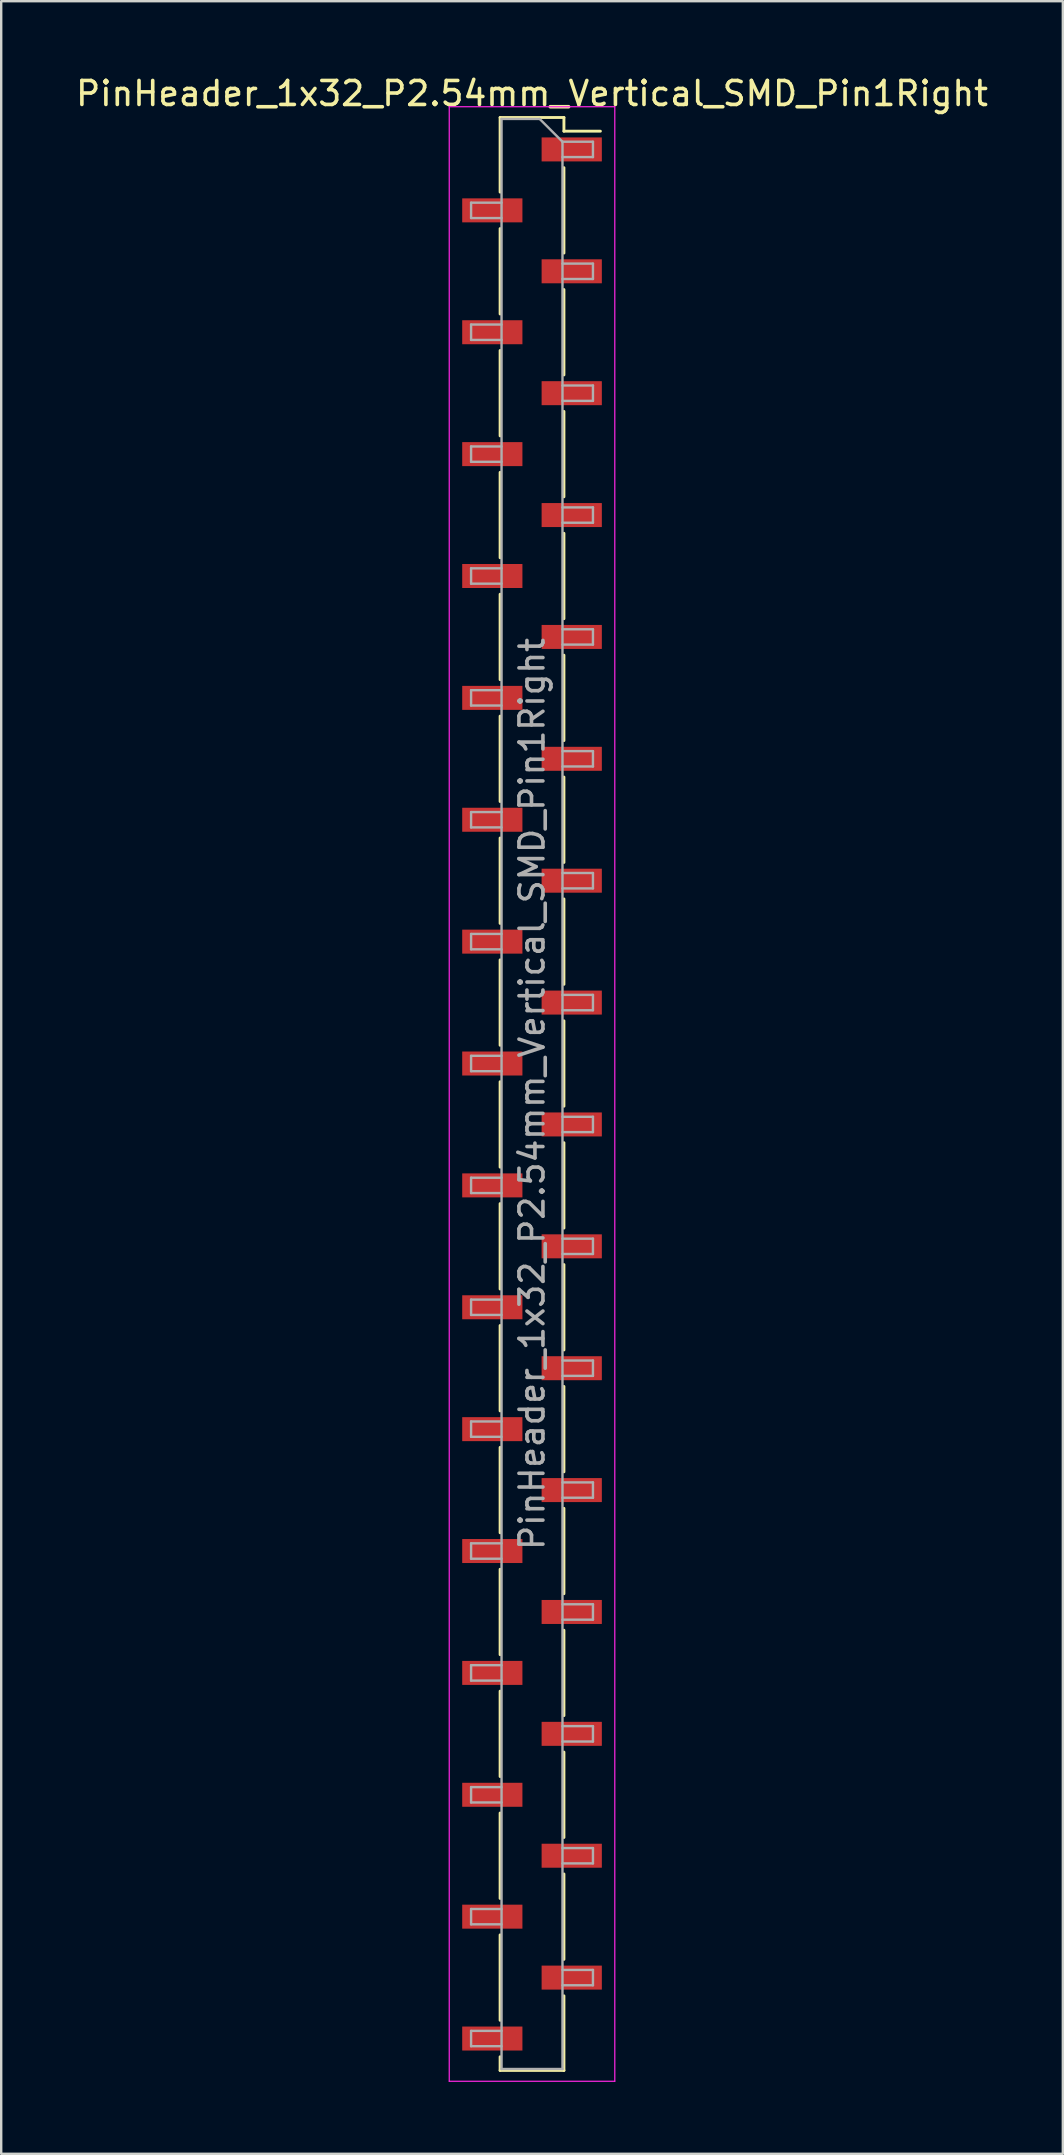
<source format=kicad_pcb>
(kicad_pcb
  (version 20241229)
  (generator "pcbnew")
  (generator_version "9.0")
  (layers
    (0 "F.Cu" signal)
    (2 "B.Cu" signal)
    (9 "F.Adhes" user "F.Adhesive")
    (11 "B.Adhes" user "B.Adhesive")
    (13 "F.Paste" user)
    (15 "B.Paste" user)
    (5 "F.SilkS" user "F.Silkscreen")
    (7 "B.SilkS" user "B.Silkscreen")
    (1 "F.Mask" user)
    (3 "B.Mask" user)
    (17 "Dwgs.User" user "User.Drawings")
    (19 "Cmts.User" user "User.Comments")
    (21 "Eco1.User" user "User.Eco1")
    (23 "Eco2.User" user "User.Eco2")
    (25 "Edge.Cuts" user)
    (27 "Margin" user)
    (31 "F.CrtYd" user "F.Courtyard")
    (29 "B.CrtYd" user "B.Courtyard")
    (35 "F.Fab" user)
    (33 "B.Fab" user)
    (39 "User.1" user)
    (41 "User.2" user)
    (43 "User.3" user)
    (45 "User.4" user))
  (footprint "PinHeader_1x32_P2.54mm_Vertical_SMD_Pin1Right"
    (layer "F.Cu")
    (at 19.125 42.548)
    (property "Reference" "PinHeader_1x32_P2.54mm_Vertical_SMD_Pin1Right" (at 0 -41.7 0) (layer "F.SilkS") (effects (font (size 1 1) (thickness 0.15))))
    (attr smd)
    (fp_line (start -1.33 -40.7) (end -1.33 -37.59) (stroke (width 0.12) (type solid)) (layer "F.SilkS"))
    (fp_line (start -1.33 -40.7) (end 1.33 -40.7) (stroke (width 0.12) (type solid)) (layer "F.SilkS"))
    (fp_line (start -1.33 -36.07) (end -1.33 -32.51) (stroke (width 0.12) (type solid)) (layer "F.SilkS"))
    (fp_line (start -1.33 -30.99) (end -1.33 -27.43) (stroke (width 0.12) (type solid)) (layer "F.SilkS"))
    (fp_line (start -1.33 -25.91) (end -1.33 -22.35) (stroke (width 0.12) (type solid)) (layer "F.SilkS"))
    (fp_line (start -1.33 -20.83) (end -1.33 -17.27) (stroke (width 0.12) (type solid)) (layer "F.SilkS"))
    (fp_line (start -1.33 -15.75) (end -1.33 -12.19) (stroke (width 0.12) (type solid)) (layer "F.SilkS"))
    (fp_line (start -1.33 -10.67) (end -1.33 -7.11) (stroke (width 0.12) (type solid)) (layer "F.SilkS"))
    (fp_line (start -1.33 -5.59) (end -1.33 -2.03) (stroke (width 0.12) (type solid)) (layer "F.SilkS"))
    (fp_line (start -1.33 -0.51) (end -1.33 3.05) (stroke (width 0.12) (type solid)) (layer "F.SilkS"))
    (fp_line (start -1.33 4.57) (end -1.33 8.13) (stroke (width 0.12) (type solid)) (layer "F.SilkS"))
    (fp_line (start -1.33 9.65) (end -1.33 13.21) (stroke (width 0.12) (type solid)) (layer "F.SilkS"))
    (fp_line (start -1.33 14.73) (end -1.33 18.29) (stroke (width 0.12) (type solid)) (layer "F.SilkS"))
    (fp_line (start -1.33 19.81) (end -1.33 23.37) (stroke (width 0.12) (type solid)) (layer "F.SilkS"))
    (fp_line (start -1.33 24.89) (end -1.33 28.45) (stroke (width 0.12) (type solid)) (layer "F.SilkS"))
    (fp_line (start -1.33 29.97) (end -1.33 33.53) (stroke (width 0.12) (type solid)) (layer "F.SilkS"))
    (fp_line (start -1.33 35.05) (end -1.33 38.61) (stroke (width 0.12) (type solid)) (layer "F.SilkS"))
    (fp_line (start -1.33 40.13) (end -1.33 40.7) (stroke (width 0.12) (type solid)) (layer "F.SilkS"))
    (fp_line (start -1.33 40.7) (end 1.33 40.7) (stroke (width 0.12) (type solid)) (layer "F.SilkS"))
    (fp_line (start 1.33 -40.7) (end 1.33 -40.13) (stroke (width 0.12) (type solid)) (layer "F.SilkS"))
    (fp_line (start 1.33 -40.13) (end 2.85 -40.13) (stroke (width 0.12) (type solid)) (layer "F.SilkS"))
    (fp_line (start 1.33 -38.61) (end 1.33 -35.05) (stroke (width 0.12) (type solid)) (layer "F.SilkS"))
    (fp_line (start 1.33 -33.53) (end 1.33 -29.97) (stroke (width 0.12) (type solid)) (layer "F.SilkS"))
    (fp_line (start 1.33 -28.45) (end 1.33 -24.89) (stroke (width 0.12) (type solid)) (layer "F.SilkS"))
    (fp_line (start 1.33 -23.37) (end 1.33 -19.81) (stroke (width 0.12) (type solid)) (layer "F.SilkS"))
    (fp_line (start 1.33 -18.29) (end 1.33 -14.73) (stroke (width 0.12) (type solid)) (layer "F.SilkS"))
    (fp_line (start 1.33 -13.21) (end 1.33 -9.65) (stroke (width 0.12) (type solid)) (layer "F.SilkS"))
    (fp_line (start 1.33 -8.13) (end 1.33 -4.57) (stroke (width 0.12) (type solid)) (layer "F.SilkS"))
    (fp_line (start 1.33 -3.05) (end 1.33 0.51) (stroke (width 0.12) (type solid)) (layer "F.SilkS"))
    (fp_line (start 1.33 2.03) (end 1.33 5.59) (stroke (width 0.12) (type solid)) (layer "F.SilkS"))
    (fp_line (start 1.33 7.11) (end 1.33 10.67) (stroke (width 0.12) (type solid)) (layer "F.SilkS"))
    (fp_line (start 1.33 12.19) (end 1.33 15.75) (stroke (width 0.12) (type solid)) (layer "F.SilkS"))
    (fp_line (start 1.33 17.27) (end 1.33 20.83) (stroke (width 0.12) (type solid)) (layer "F.SilkS"))
    (fp_line (start 1.33 22.35) (end 1.33 25.91) (stroke (width 0.12) (type solid)) (layer "F.SilkS"))
    (fp_line (start 1.33 27.43) (end 1.33 30.99) (stroke (width 0.12) (type solid)) (layer "F.SilkS"))
    (fp_line (start 1.33 32.51) (end 1.33 36.07) (stroke (width 0.12) (type solid)) (layer "F.SilkS"))
    (fp_line (start 1.33 37.59) (end 1.33 40.7) (stroke (width 0.12) (type solid)) (layer "F.SilkS"))
    (fp_line (start -3.45 -41.15) (end -3.45 41.15) (stroke (width 0.05) (type solid)) (layer "F.CrtYd"))
    (fp_line (start -3.45 41.15) (end 3.45 41.15) (stroke (width 0.05) (type solid)) (layer "F.CrtYd"))
    (fp_line (start 3.45 -41.15) (end -3.45 -41.15) (stroke (width 0.05) (type solid)) (layer "F.CrtYd"))
    (fp_line (start 3.45 41.15) (end 3.45 -41.15) (stroke (width 0.05) (type solid)) (layer "F.CrtYd"))
    (fp_line (start -2.54 -37.15) (end -2.54 -36.51) (stroke (width 0.1) (type solid)) (layer "F.Fab"))
    (fp_line (start -2.54 -36.51) (end -1.27 -36.51) (stroke (width 0.1) (type solid)) (layer "F.Fab"))
    (fp_line (start -2.54 -32.07) (end -2.54 -31.43) (stroke (width 0.1) (type solid)) (layer "F.Fab"))
    (fp_line (start -2.54 -31.43) (end -1.27 -31.43) (stroke (width 0.1) (type solid)) (layer "F.Fab"))
    (fp_line (start -2.54 -26.99) (end -2.54 -26.35) (stroke (width 0.1) (type solid)) (layer "F.Fab"))
    (fp_line (start -2.54 -26.35) (end -1.27 -26.35) (stroke (width 0.1) (type solid)) (layer "F.Fab"))
    (fp_line (start -2.54 -21.91) (end -2.54 -21.27) (stroke (width 0.1) (type solid)) (layer "F.Fab"))
    (fp_line (start -2.54 -21.27) (end -1.27 -21.27) (stroke (width 0.1) (type solid)) (layer "F.Fab"))
    (fp_line (start -2.54 -16.83) (end -2.54 -16.19) (stroke (width 0.1) (type solid)) (layer "F.Fab"))
    (fp_line (start -2.54 -16.19) (end -1.27 -16.19) (stroke (width 0.1) (type solid)) (layer "F.Fab"))
    (fp_line (start -2.54 -11.75) (end -2.54 -11.11) (stroke (width 0.1) (type solid)) (layer "F.Fab"))
    (fp_line (start -2.54 -11.11) (end -1.27 -11.11) (stroke (width 0.1) (type solid)) (layer "F.Fab"))
    (fp_line (start -2.54 -6.67) (end -2.54 -6.03) (stroke (width 0.1) (type solid)) (layer "F.Fab"))
    (fp_line (start -2.54 -6.03) (end -1.27 -6.03) (stroke (width 0.1) (type solid)) (layer "F.Fab"))
    (fp_line (start -2.54 -1.59) (end -2.54 -0.95) (stroke (width 0.1) (type solid)) (layer "F.Fab"))
    (fp_line (start -2.54 -0.95) (end -1.27 -0.95) (stroke (width 0.1) (type solid)) (layer "F.Fab"))
    (fp_line (start -2.54 3.49) (end -2.54 4.13) (stroke (width 0.1) (type solid)) (layer "F.Fab"))
    (fp_line (start -2.54 4.13) (end -1.27 4.13) (stroke (width 0.1) (type solid)) (layer "F.Fab"))
    (fp_line (start -2.54 8.57) (end -2.54 9.21) (stroke (width 0.1) (type solid)) (layer "F.Fab"))
    (fp_line (start -2.54 9.21) (end -1.27 9.21) (stroke (width 0.1) (type solid)) (layer "F.Fab"))
    (fp_line (start -2.54 13.65) (end -2.54 14.29) (stroke (width 0.1) (type solid)) (layer "F.Fab"))
    (fp_line (start -2.54 14.29) (end -1.27 14.29) (stroke (width 0.1) (type solid)) (layer "F.Fab"))
    (fp_line (start -2.54 18.73) (end -2.54 19.37) (stroke (width 0.1) (type solid)) (layer "F.Fab"))
    (fp_line (start -2.54 19.37) (end -1.27 19.37) (stroke (width 0.1) (type solid)) (layer "F.Fab"))
    (fp_line (start -2.54 23.81) (end -2.54 24.45) (stroke (width 0.1) (type solid)) (layer "F.Fab"))
    (fp_line (start -2.54 24.45) (end -1.27 24.45) (stroke (width 0.1) (type solid)) (layer "F.Fab"))
    (fp_line (start -2.54 28.89) (end -2.54 29.53) (stroke (width 0.1) (type solid)) (layer "F.Fab"))
    (fp_line (start -2.54 29.53) (end -1.27 29.53) (stroke (width 0.1) (type solid)) (layer "F.Fab"))
    (fp_line (start -2.54 33.97) (end -2.54 34.61) (stroke (width 0.1) (type solid)) (layer "F.Fab"))
    (fp_line (start -2.54 34.61) (end -1.27 34.61) (stroke (width 0.1) (type solid)) (layer "F.Fab"))
    (fp_line (start -2.54 39.05) (end -2.54 39.69) (stroke (width 0.1) (type solid)) (layer "F.Fab"))
    (fp_line (start -2.54 39.69) (end -1.27 39.69) (stroke (width 0.1) (type solid)) (layer "F.Fab"))
    (fp_line (start -1.27 -40.64) (end -1.27 40.64) (stroke (width 0.1) (type solid)) (layer "F.Fab"))
    (fp_line (start -1.27 -40.64) (end 0.32 -40.64) (stroke (width 0.1) (type solid)) (layer "F.Fab"))
    (fp_line (start -1.27 -37.15) (end -2.54 -37.15) (stroke (width 0.1) (type solid)) (layer "F.Fab"))
    (fp_line (start -1.27 -32.07) (end -2.54 -32.07) (stroke (width 0.1) (type solid)) (layer "F.Fab"))
    (fp_line (start -1.27 -26.99) (end -2.54 -26.99) (stroke (width 0.1) (type solid)) (layer "F.Fab"))
    (fp_line (start -1.27 -21.91) (end -2.54 -21.91) (stroke (width 0.1) (type solid)) (layer "F.Fab"))
    (fp_line (start -1.27 -16.83) (end -2.54 -16.83) (stroke (width 0.1) (type solid)) (layer "F.Fab"))
    (fp_line (start -1.27 -11.75) (end -2.54 -11.75) (stroke (width 0.1) (type solid)) (layer "F.Fab"))
    (fp_line (start -1.27 -6.67) (end -2.54 -6.67) (stroke (width 0.1) (type solid)) (layer "F.Fab"))
    (fp_line (start -1.27 -1.59) (end -2.54 -1.59) (stroke (width 0.1) (type solid)) (layer "F.Fab"))
    (fp_line (start -1.27 3.49) (end -2.54 3.49) (stroke (width 0.1) (type solid)) (layer "F.Fab"))
    (fp_line (start -1.27 8.57) (end -2.54 8.57) (stroke (width 0.1) (type solid)) (layer "F.Fab"))
    (fp_line (start -1.27 13.65) (end -2.54 13.65) (stroke (width 0.1) (type solid)) (layer "F.Fab"))
    (fp_line (start -1.27 18.73) (end -2.54 18.73) (stroke (width 0.1) (type solid)) (layer "F.Fab"))
    (fp_line (start -1.27 23.81) (end -2.54 23.81) (stroke (width 0.1) (type solid)) (layer "F.Fab"))
    (fp_line (start -1.27 28.89) (end -2.54 28.89) (stroke (width 0.1) (type solid)) (layer "F.Fab"))
    (fp_line (start -1.27 33.97) (end -2.54 33.97) (stroke (width 0.1) (type solid)) (layer "F.Fab"))
    (fp_line (start -1.27 39.05) (end -2.54 39.05) (stroke (width 0.1) (type solid)) (layer "F.Fab"))
    (fp_line (start 1.27 -39.69) (end 0.32 -40.64) (stroke (width 0.1) (type solid)) (layer "F.Fab"))
    (fp_line (start 1.27 -39.69) (end 2.54 -39.69) (stroke (width 0.1) (type solid)) (layer "F.Fab"))
    (fp_line (start 1.27 -34.61) (end 2.54 -34.61) (stroke (width 0.1) (type solid)) (layer "F.Fab"))
    (fp_line (start 1.27 -29.53) (end 2.54 -29.53) (stroke (width 0.1) (type solid)) (layer "F.Fab"))
    (fp_line (start 1.27 -24.45) (end 2.54 -24.45) (stroke (width 0.1) (type solid)) (layer "F.Fab"))
    (fp_line (start 1.27 -19.37) (end 2.54 -19.37) (stroke (width 0.1) (type solid)) (layer "F.Fab"))
    (fp_line (start 1.27 -14.29) (end 2.54 -14.29) (stroke (width 0.1) (type solid)) (layer "F.Fab"))
    (fp_line (start 1.27 -9.21) (end 2.54 -9.21) (stroke (width 0.1) (type solid)) (layer "F.Fab"))
    (fp_line (start 1.27 -4.13) (end 2.54 -4.13) (stroke (width 0.1) (type solid)) (layer "F.Fab"))
    (fp_line (start 1.27 0.95) (end 2.54 0.95) (stroke (width 0.1) (type solid)) (layer "F.Fab"))
    (fp_line (start 1.27 6.03) (end 2.54 6.03) (stroke (width 0.1) (type solid)) (layer "F.Fab"))
    (fp_line (start 1.27 11.11) (end 2.54 11.11) (stroke (width 0.1) (type solid)) (layer "F.Fab"))
    (fp_line (start 1.27 16.19) (end 2.54 16.19) (stroke (width 0.1) (type solid)) (layer "F.Fab"))
    (fp_line (start 1.27 21.27) (end 2.54 21.27) (stroke (width 0.1) (type solid)) (layer "F.Fab"))
    (fp_line (start 1.27 26.35) (end 2.54 26.35) (stroke (width 0.1) (type solid)) (layer "F.Fab"))
    (fp_line (start 1.27 31.43) (end 2.54 31.43) (stroke (width 0.1) (type solid)) (layer "F.Fab"))
    (fp_line (start 1.27 36.51) (end 2.54 36.51) (stroke (width 0.1) (type solid)) (layer "F.Fab"))
    (fp_line (start 1.27 40.64) (end -1.27 40.64) (stroke (width 0.1) (type solid)) (layer "F.Fab"))
    (fp_line (start 1.27 40.64) (end 1.27 -39.69) (stroke (width 0.1) (type solid)) (layer "F.Fab"))
    (fp_line (start 2.54 -39.69) (end 2.54 -39.05) (stroke (width 0.1) (type solid)) (layer "F.Fab"))
    (fp_line (start 2.54 -39.05) (end 1.27 -39.05) (stroke (width 0.1) (type solid)) (layer "F.Fab"))
    (fp_line (start 2.54 -34.61) (end 2.54 -33.97) (stroke (width 0.1) (type solid)) (layer "F.Fab"))
    (fp_line (start 2.54 -33.97) (end 1.27 -33.97) (stroke (width 0.1) (type solid)) (layer "F.Fab"))
    (fp_line (start 2.54 -29.53) (end 2.54 -28.89) (stroke (width 0.1) (type solid)) (layer "F.Fab"))
    (fp_line (start 2.54 -28.89) (end 1.27 -28.89) (stroke (width 0.1) (type solid)) (layer "F.Fab"))
    (fp_line (start 2.54 -24.45) (end 2.54 -23.81) (stroke (width 0.1) (type solid)) (layer "F.Fab"))
    (fp_line (start 2.54 -23.81) (end 1.27 -23.81) (stroke (width 0.1) (type solid)) (layer "F.Fab"))
    (fp_line (start 2.54 -19.37) (end 2.54 -18.73) (stroke (width 0.1) (type solid)) (layer "F.Fab"))
    (fp_line (start 2.54 -18.73) (end 1.27 -18.73) (stroke (width 0.1) (type solid)) (layer "F.Fab"))
    (fp_line (start 2.54 -14.29) (end 2.54 -13.65) (stroke (width 0.1) (type solid)) (layer "F.Fab"))
    (fp_line (start 2.54 -13.65) (end 1.27 -13.65) (stroke (width 0.1) (type solid)) (layer "F.Fab"))
    (fp_line (start 2.54 -9.21) (end 2.54 -8.57) (stroke (width 0.1) (type solid)) (layer "F.Fab"))
    (fp_line (start 2.54 -8.57) (end 1.27 -8.57) (stroke (width 0.1) (type solid)) (layer "F.Fab"))
    (fp_line (start 2.54 -4.13) (end 2.54 -3.49) (stroke (width 0.1) (type solid)) (layer "F.Fab"))
    (fp_line (start 2.54 -3.49) (end 1.27 -3.49) (stroke (width 0.1) (type solid)) (layer "F.Fab"))
    (fp_line (start 2.54 0.95) (end 2.54 1.59) (stroke (width 0.1) (type solid)) (layer "F.Fab"))
    (fp_line (start 2.54 1.59) (end 1.27 1.59) (stroke (width 0.1) (type solid)) (layer "F.Fab"))
    (fp_line (start 2.54 6.03) (end 2.54 6.67) (stroke (width 0.1) (type solid)) (layer "F.Fab"))
    (fp_line (start 2.54 6.67) (end 1.27 6.67) (stroke (width 0.1) (type solid)) (layer "F.Fab"))
    (fp_line (start 2.54 11.11) (end 2.54 11.75) (stroke (width 0.1) (type solid)) (layer "F.Fab"))
    (fp_line (start 2.54 11.75) (end 1.27 11.75) (stroke (width 0.1) (type solid)) (layer "F.Fab"))
    (fp_line (start 2.54 16.19) (end 2.54 16.83) (stroke (width 0.1) (type solid)) (layer "F.Fab"))
    (fp_line (start 2.54 16.83) (end 1.27 16.83) (stroke (width 0.1) (type solid)) (layer "F.Fab"))
    (fp_line (start 2.54 21.27) (end 2.54 21.91) (stroke (width 0.1) (type solid)) (layer "F.Fab"))
    (fp_line (start 2.54 21.91) (end 1.27 21.91) (stroke (width 0.1) (type solid)) (layer "F.Fab"))
    (fp_line (start 2.54 26.35) (end 2.54 26.99) (stroke (width 0.1) (type solid)) (layer "F.Fab"))
    (fp_line (start 2.54 26.99) (end 1.27 26.99) (stroke (width 0.1) (type solid)) (layer "F.Fab"))
    (fp_line (start 2.54 31.43) (end 2.54 32.07) (stroke (width 0.1) (type solid)) (layer "F.Fab"))
    (fp_line (start 2.54 32.07) (end 1.27 32.07) (stroke (width 0.1) (type solid)) (layer "F.Fab"))
    (fp_line (start 2.54 36.51) (end 2.54 37.15) (stroke (width 0.1) (type solid)) (layer "F.Fab"))
    (fp_line (start 2.54 37.15) (end 1.27 37.15) (stroke (width 0.1) (type solid)) (layer "F.Fab"))
    (fp_text user "${REFERENCE}" (at 0 0 90) (layer "F.Fab") (effects (font (size 1 1) (thickness 0.15))))
    (pad "1" smd rect (at 1.655 -39.37) (size 2.51 1) (layers "F.Cu" "F.Mask" "F.Paste"))
    (pad "2" smd rect (at -1.655 -36.83) (size 2.51 1) (layers "F.Cu" "F.Mask" "F.Paste"))
    (pad "3" smd rect (at 1.655 -34.29) (size 2.51 1) (layers "F.Cu" "F.Mask" "F.Paste"))
    (pad "4" smd rect (at -1.655 -31.75) (size 2.51 1) (layers "F.Cu" "F.Mask" "F.Paste"))
    (pad "5" smd rect (at 1.655 -29.21) (size 2.51 1) (layers "F.Cu" "F.Mask" "F.Paste"))
    (pad "6" smd rect (at -1.655 -26.67) (size 2.51 1) (layers "F.Cu" "F.Mask" "F.Paste"))
    (pad "7" smd rect (at 1.655 -24.13) (size 2.51 1) (layers "F.Cu" "F.Mask" "F.Paste"))
    (pad "8" smd rect (at -1.655 -21.59) (size 2.51 1) (layers "F.Cu" "F.Mask" "F.Paste"))
    (pad "9" smd rect (at 1.655 -19.05) (size 2.51 1) (layers "F.Cu" "F.Mask" "F.Paste"))
    (pad "10" smd rect (at -1.655 -16.51) (size 2.51 1) (layers "F.Cu" "F.Mask" "F.Paste"))
    (pad "11" smd rect (at 1.655 -13.97) (size 2.51 1) (layers "F.Cu" "F.Mask" "F.Paste"))
    (pad "12" smd rect (at -1.655 -11.43) (size 2.51 1) (layers "F.Cu" "F.Mask" "F.Paste"))
    (pad "13" smd rect (at 1.655 -8.89) (size 2.51 1) (layers "F.Cu" "F.Mask" "F.Paste"))
    (pad "14" smd rect (at -1.655 -6.35) (size 2.51 1) (layers "F.Cu" "F.Mask" "F.Paste"))
    (pad "15" smd rect (at 1.655 -3.81) (size 2.51 1) (layers "F.Cu" "F.Mask" "F.Paste"))
    (pad "16" smd rect (at -1.655 -1.27) (size 2.51 1) (layers "F.Cu" "F.Mask" "F.Paste"))
    (pad "17" smd rect (at 1.655 1.27) (size 2.51 1) (layers "F.Cu" "F.Mask" "F.Paste"))
    (pad "18" smd rect (at -1.655 3.81) (size 2.51 1) (layers "F.Cu" "F.Mask" "F.Paste"))
    (pad "19" smd rect (at 1.655 6.35) (size 2.51 1) (layers "F.Cu" "F.Mask" "F.Paste"))
    (pad "20" smd rect (at -1.655 8.89) (size 2.51 1) (layers "F.Cu" "F.Mask" "F.Paste"))
    (pad "21" smd rect (at 1.655 11.43) (size 2.51 1) (layers "F.Cu" "F.Mask" "F.Paste"))
    (pad "22" smd rect (at -1.655 13.97) (size 2.51 1) (layers "F.Cu" "F.Mask" "F.Paste"))
    (pad "23" smd rect (at 1.655 16.51) (size 2.51 1) (layers "F.Cu" "F.Mask" "F.Paste"))
    (pad "24" smd rect (at -1.655 19.05) (size 2.51 1) (layers "F.Cu" "F.Mask" "F.Paste"))
    (pad "25" smd rect (at 1.655 21.59) (size 2.51 1) (layers "F.Cu" "F.Mask" "F.Paste"))
    (pad "26" smd rect (at -1.655 24.13) (size 2.51 1) (layers "F.Cu" "F.Mask" "F.Paste"))
    (pad "27" smd rect (at 1.655 26.67) (size 2.51 1) (layers "F.Cu" "F.Mask" "F.Paste"))
    (pad "28" smd rect (at -1.655 29.21) (size 2.51 1) (layers "F.Cu" "F.Mask" "F.Paste"))
    (pad "29" smd rect (at 1.655 31.75) (size 2.51 1) (layers "F.Cu" "F.Mask" "F.Paste"))
    (pad "30" smd rect (at -1.655 34.29) (size 2.51 1) (layers "F.Cu" "F.Mask" "F.Paste"))
    (pad "31" smd rect (at 1.655 36.83) (size 2.51 1) (layers "F.Cu" "F.Mask" "F.Paste"))
    (pad "32" smd rect (at -1.655 39.37) (size 2.51 1) (layers "F.Cu" "F.Mask" "F.Paste")))
  (gr_rect
    (start -3 -3)
    (end 41.25 86.723)
    (stroke (width 0.1) (type default))
    (fill no)
    (layer "Edge.Cuts")))
</source>
